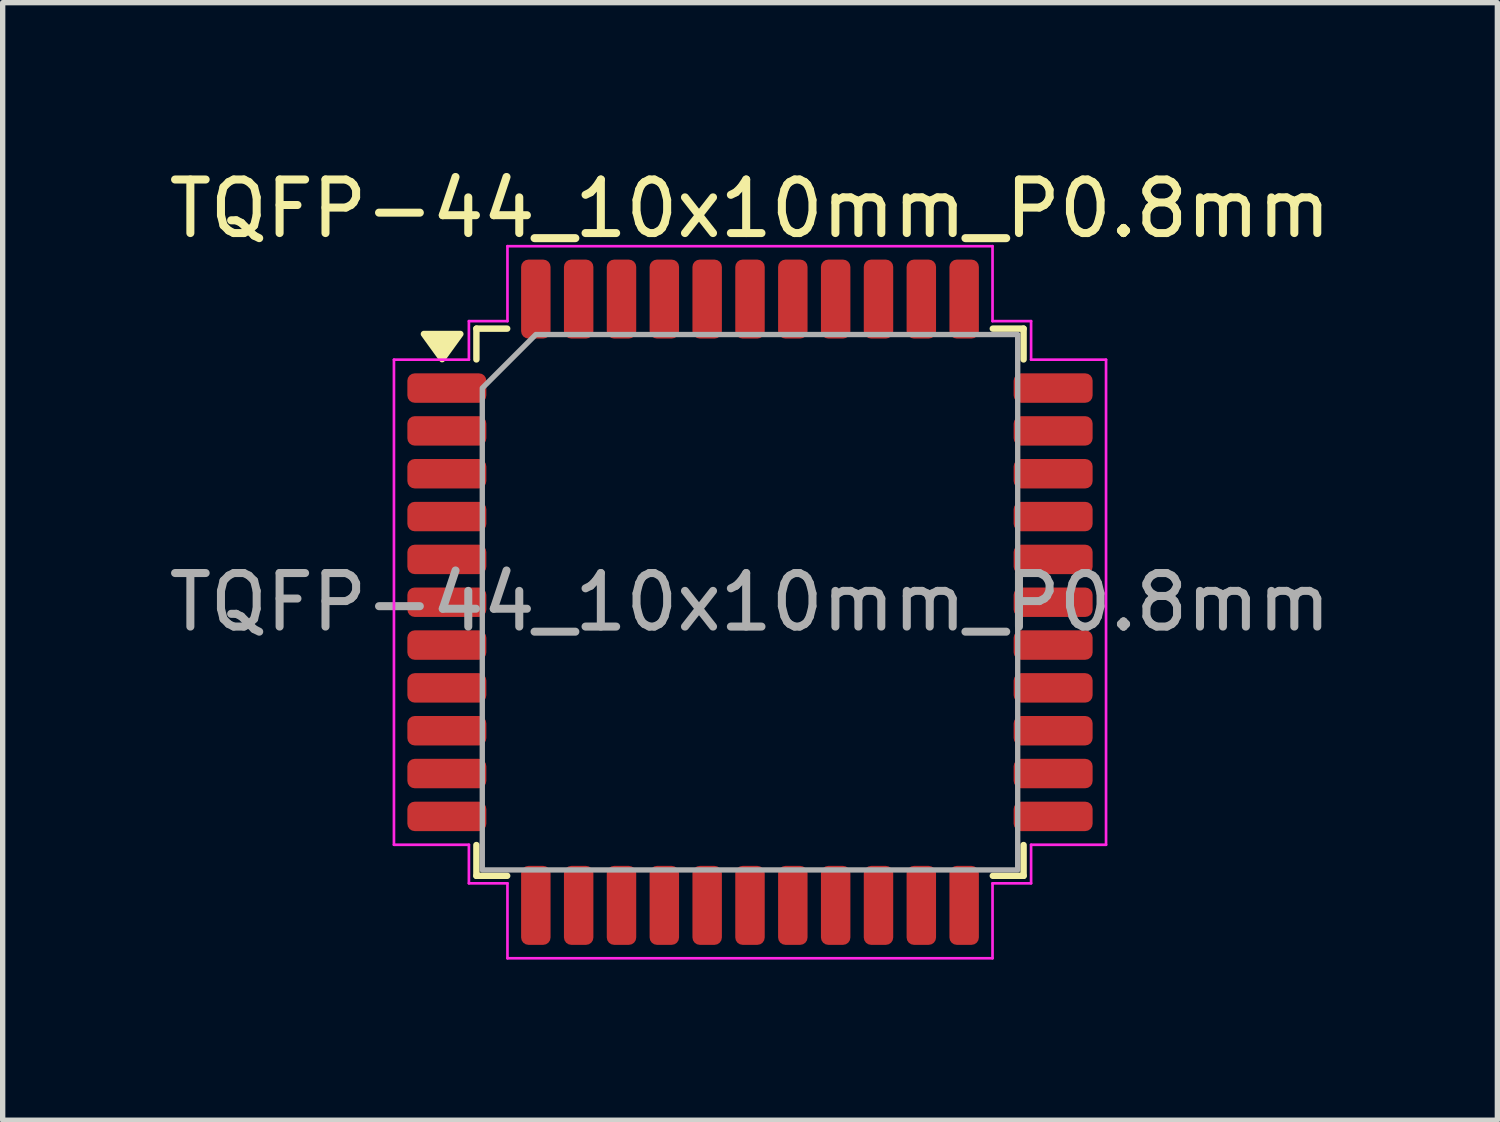
<source format=kicad_pcb>
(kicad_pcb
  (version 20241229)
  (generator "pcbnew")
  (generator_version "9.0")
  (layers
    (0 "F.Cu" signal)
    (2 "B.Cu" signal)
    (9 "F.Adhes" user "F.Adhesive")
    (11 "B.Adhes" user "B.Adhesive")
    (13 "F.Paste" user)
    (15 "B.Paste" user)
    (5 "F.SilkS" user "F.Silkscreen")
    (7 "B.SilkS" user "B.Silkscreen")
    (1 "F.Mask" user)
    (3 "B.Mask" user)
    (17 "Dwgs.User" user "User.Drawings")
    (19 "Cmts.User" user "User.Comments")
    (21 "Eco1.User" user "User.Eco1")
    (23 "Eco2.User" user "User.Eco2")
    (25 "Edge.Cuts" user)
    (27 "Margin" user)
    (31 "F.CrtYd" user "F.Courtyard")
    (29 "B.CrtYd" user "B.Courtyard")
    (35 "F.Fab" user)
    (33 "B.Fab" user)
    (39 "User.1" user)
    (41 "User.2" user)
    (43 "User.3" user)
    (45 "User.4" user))
  (footprint "TQFP-44_10x10mm_P0.8mm"
    (layer "F.Cu")
    (at 10.958 8.198)
    (property "Reference" "TQFP-44_10x10mm_P0.8mm" (at 0 -7.35 0) (layer "F.SilkS") (effects (font (size 1 1) (thickness 0.15))))
    (attr smd)
    (fp_line (start -5.11 -5.11) (end -4.535 -5.11) (stroke (width 0.12) (type solid)) (layer "F.SilkS"))
    (fp_line (start -5.11 -4.535) (end -5.11 -5.11) (stroke (width 0.12) (type solid)) (layer "F.SilkS"))
    (fp_line (start -5.11 5.11) (end -5.11 4.535) (stroke (width 0.12) (type solid)) (layer "F.SilkS"))
    (fp_line (start -4.535 5.11) (end -5.11 5.11) (stroke (width 0.12) (type solid)) (layer "F.SilkS"))
    (fp_line (start 4.535 -5.11) (end 5.11 -5.11) (stroke (width 0.12) (type solid)) (layer "F.SilkS"))
    (fp_line (start 5.11 -5.11) (end 5.11 -4.535) (stroke (width 0.12) (type solid)) (layer "F.SilkS"))
    (fp_line (start 5.11 4.535) (end 5.11 5.11) (stroke (width 0.12) (type solid)) (layer "F.SilkS"))
    (fp_line (start 5.11 5.11) (end 4.535 5.11) (stroke (width 0.12) (type solid)) (layer "F.SilkS"))
    (fp_poly (pts (xy -5.75 -4.54) (xy -6.09 -5.01) (xy -5.41 -5.01)) (stroke (width 0.12) (type solid)) (fill yes) (layer "F.SilkS"))
    (fp_line (start -6.65 -4.53) (end -5.25 -4.53) (stroke (width 0.05) (type solid)) (layer "F.CrtYd"))
    (fp_line (start -6.65 4.53) (end -6.65 -4.53) (stroke (width 0.05) (type solid)) (layer "F.CrtYd"))
    (fp_line (start -5.25 -5.25) (end -4.53 -5.25) (stroke (width 0.05) (type solid)) (layer "F.CrtYd"))
    (fp_line (start -5.25 -4.53) (end -5.25 -5.25) (stroke (width 0.05) (type solid)) (layer "F.CrtYd"))
    (fp_line (start -5.25 4.53) (end -6.65 4.53) (stroke (width 0.05) (type solid)) (layer "F.CrtYd"))
    (fp_line (start -5.25 5.25) (end -5.25 4.53) (stroke (width 0.05) (type solid)) (layer "F.CrtYd"))
    (fp_line (start -4.53 -6.65) (end 4.53 -6.65) (stroke (width 0.05) (type solid)) (layer "F.CrtYd"))
    (fp_line (start -4.53 -5.25) (end -4.53 -6.65) (stroke (width 0.05) (type solid)) (layer "F.CrtYd"))
    (fp_line (start -4.53 5.25) (end -5.25 5.25) (stroke (width 0.05) (type solid)) (layer "F.CrtYd"))
    (fp_line (start -4.53 6.65) (end -4.53 5.25) (stroke (width 0.05) (type solid)) (layer "F.CrtYd"))
    (fp_line (start 4.53 -6.65) (end 4.53 -5.25) (stroke (width 0.05) (type solid)) (layer "F.CrtYd"))
    (fp_line (start 4.53 -5.25) (end 5.25 -5.25) (stroke (width 0.05) (type solid)) (layer "F.CrtYd"))
    (fp_line (start 4.53 5.25) (end 4.53 6.65) (stroke (width 0.05) (type solid)) (layer "F.CrtYd"))
    (fp_line (start 4.53 6.65) (end -4.53 6.65) (stroke (width 0.05) (type solid)) (layer "F.CrtYd"))
    (fp_line (start 5.25 -5.25) (end 5.25 -4.53) (stroke (width 0.05) (type solid)) (layer "F.CrtYd"))
    (fp_line (start 5.25 -4.53) (end 6.65 -4.53) (stroke (width 0.05) (type solid)) (layer "F.CrtYd"))
    (fp_line (start 5.25 4.53) (end 5.25 5.25) (stroke (width 0.05) (type solid)) (layer "F.CrtYd"))
    (fp_line (start 5.25 5.25) (end 4.53 5.25) (stroke (width 0.05) (type solid)) (layer "F.CrtYd"))
    (fp_line (start 6.65 -4.53) (end 6.65 4.53) (stroke (width 0.05) (type solid)) (layer "F.CrtYd"))
    (fp_line (start 6.65 4.53) (end 5.25 4.53) (stroke (width 0.05) (type solid)) (layer "F.CrtYd"))
    (fp_poly (pts (xy -5 -4) (xy -5 5) (xy 5 5) (xy 5 -5) (xy -4 -5)) (stroke (width 0.1) (type solid)) (fill no) (layer "F.Fab"))
    (fp_text user "${REFERENCE}" (at 0 0 0) (layer "F.Fab") (effects (font (size 1 1) (thickness 0.15))))
    (pad "1" smd roundrect (at -5.662 -4) (size 1.475 0.55) (layers "F.Cu" "F.Mask" "F.Paste") (roundrect_rratio 0.25))
    (pad "2" smd roundrect (at -5.662 -3.2) (size 1.475 0.55) (layers "F.Cu" "F.Mask" "F.Paste") (roundrect_rratio 0.25))
    (pad "3" smd roundrect (at -5.662 -2.4) (size 1.475 0.55) (layers "F.Cu" "F.Mask" "F.Paste") (roundrect_rratio 0.25))
    (pad "4" smd roundrect (at -5.662 -1.6) (size 1.475 0.55) (layers "F.Cu" "F.Mask" "F.Paste") (roundrect_rratio 0.25))
    (pad "5" smd roundrect (at -5.662 -0.8) (size 1.475 0.55) (layers "F.Cu" "F.Mask" "F.Paste") (roundrect_rratio 0.25))
    (pad "6" smd roundrect (at -5.662 0) (size 1.475 0.55) (layers "F.Cu" "F.Mask" "F.Paste") (roundrect_rratio 0.25))
    (pad "7" smd roundrect (at -5.662 0.8) (size 1.475 0.55) (layers "F.Cu" "F.Mask" "F.Paste") (roundrect_rratio 0.25))
    (pad "8" smd roundrect (at -5.662 1.6) (size 1.475 0.55) (layers "F.Cu" "F.Mask" "F.Paste") (roundrect_rratio 0.25))
    (pad "9" smd roundrect (at -5.662 2.4) (size 1.475 0.55) (layers "F.Cu" "F.Mask" "F.Paste") (roundrect_rratio 0.25))
    (pad "10" smd roundrect (at -5.662 3.2) (size 1.475 0.55) (layers "F.Cu" "F.Mask" "F.Paste") (roundrect_rratio 0.25))
    (pad "11" smd roundrect (at -5.662 4) (size 1.475 0.55) (layers "F.Cu" "F.Mask" "F.Paste") (roundrect_rratio 0.25))
    (pad "12" smd roundrect (at -4 5.662) (size 0.55 1.475) (layers "F.Cu" "F.Mask" "F.Paste") (roundrect_rratio 0.25))
    (pad "13" smd roundrect (at -3.2 5.662) (size 0.55 1.475) (layers "F.Cu" "F.Mask" "F.Paste") (roundrect_rratio 0.25))
    (pad "14" smd roundrect (at -2.4 5.662) (size 0.55 1.475) (layers "F.Cu" "F.Mask" "F.Paste") (roundrect_rratio 0.25))
    (pad "15" smd roundrect (at -1.6 5.662) (size 0.55 1.475) (layers "F.Cu" "F.Mask" "F.Paste") (roundrect_rratio 0.25))
    (pad "16" smd roundrect (at -0.8 5.662) (size 0.55 1.475) (layers "F.Cu" "F.Mask" "F.Paste") (roundrect_rratio 0.25))
    (pad "17" smd roundrect (at 0 5.662) (size 0.55 1.475) (layers "F.Cu" "F.Mask" "F.Paste") (roundrect_rratio 0.25))
    (pad "18" smd roundrect (at 0.8 5.662) (size 0.55 1.475) (layers "F.Cu" "F.Mask" "F.Paste") (roundrect_rratio 0.25))
    (pad "19" smd roundrect (at 1.6 5.662) (size 0.55 1.475) (layers "F.Cu" "F.Mask" "F.Paste") (roundrect_rratio 0.25))
    (pad "20" smd roundrect (at 2.4 5.662) (size 0.55 1.475) (layers "F.Cu" "F.Mask" "F.Paste") (roundrect_rratio 0.25))
    (pad "21" smd roundrect (at 3.2 5.662) (size 0.55 1.475) (layers "F.Cu" "F.Mask" "F.Paste") (roundrect_rratio 0.25))
    (pad "22" smd roundrect (at 4 5.662) (size 0.55 1.475) (layers "F.Cu" "F.Mask" "F.Paste") (roundrect_rratio 0.25))
    (pad "23" smd roundrect (at 5.662 4) (size 1.475 0.55) (layers "F.Cu" "F.Mask" "F.Paste") (roundrect_rratio 0.25))
    (pad "24" smd roundrect (at 5.662 3.2) (size 1.475 0.55) (layers "F.Cu" "F.Mask" "F.Paste") (roundrect_rratio 0.25))
    (pad "25" smd roundrect (at 5.662 2.4) (size 1.475 0.55) (layers "F.Cu" "F.Mask" "F.Paste") (roundrect_rratio 0.25))
    (pad "26" smd roundrect (at 5.662 1.6) (size 1.475 0.55) (layers "F.Cu" "F.Mask" "F.Paste") (roundrect_rratio 0.25))
    (pad "27" smd roundrect (at 5.662 0.8) (size 1.475 0.55) (layers "F.Cu" "F.Mask" "F.Paste") (roundrect_rratio 0.25))
    (pad "28" smd roundrect (at 5.662 0) (size 1.475 0.55) (layers "F.Cu" "F.Mask" "F.Paste") (roundrect_rratio 0.25))
    (pad "29" smd roundrect (at 5.662 -0.8) (size 1.475 0.55) (layers "F.Cu" "F.Mask" "F.Paste") (roundrect_rratio 0.25))
    (pad "30" smd roundrect (at 5.662 -1.6) (size 1.475 0.55) (layers "F.Cu" "F.Mask" "F.Paste") (roundrect_rratio 0.25))
    (pad "31" smd roundrect (at 5.662 -2.4) (size 1.475 0.55) (layers "F.Cu" "F.Mask" "F.Paste") (roundrect_rratio 0.25))
    (pad "32" smd roundrect (at 5.662 -3.2) (size 1.475 0.55) (layers "F.Cu" "F.Mask" "F.Paste") (roundrect_rratio 0.25))
    (pad "33" smd roundrect (at 5.662 -4) (size 1.475 0.55) (layers "F.Cu" "F.Mask" "F.Paste") (roundrect_rratio 0.25))
    (pad "34" smd roundrect (at 4 -5.662) (size 0.55 1.475) (layers "F.Cu" "F.Mask" "F.Paste") (roundrect_rratio 0.25))
    (pad "35" smd roundrect (at 3.2 -5.662) (size 0.55 1.475) (layers "F.Cu" "F.Mask" "F.Paste") (roundrect_rratio 0.25))
    (pad "36" smd roundrect (at 2.4 -5.662) (size 0.55 1.475) (layers "F.Cu" "F.Mask" "F.Paste") (roundrect_rratio 0.25))
    (pad "37" smd roundrect (at 1.6 -5.662) (size 0.55 1.475) (layers "F.Cu" "F.Mask" "F.Paste") (roundrect_rratio 0.25))
    (pad "38" smd roundrect (at 0.8 -5.662) (size 0.55 1.475) (layers "F.Cu" "F.Mask" "F.Paste") (roundrect_rratio 0.25))
    (pad "39" smd roundrect (at 0 -5.662) (size 0.55 1.475) (layers "F.Cu" "F.Mask" "F.Paste") (roundrect_rratio 0.25))
    (pad "40" smd roundrect (at -0.8 -5.662) (size 0.55 1.475) (layers "F.Cu" "F.Mask" "F.Paste") (roundrect_rratio 0.25))
    (pad "41" smd roundrect (at -1.6 -5.662) (size 0.55 1.475) (layers "F.Cu" "F.Mask" "F.Paste") (roundrect_rratio 0.25))
    (pad "42" smd roundrect (at -2.4 -5.662) (size 0.55 1.475) (layers "F.Cu" "F.Mask" "F.Paste") (roundrect_rratio 0.25))
    (pad "43" smd roundrect (at -3.2 -5.662) (size 0.55 1.475) (layers "F.Cu" "F.Mask" "F.Paste") (roundrect_rratio 0.25))
    (pad "44" smd roundrect (at -4 -5.662) (size 0.55 1.475) (layers "F.Cu" "F.Mask" "F.Paste") (roundrect_rratio 0.25)))
  (gr_rect
    (start -3 -3)
    (end 24.917 17.873)
    (stroke (width 0.1) (type default))
    (fill no)
    (layer "Edge.Cuts")))
</source>
